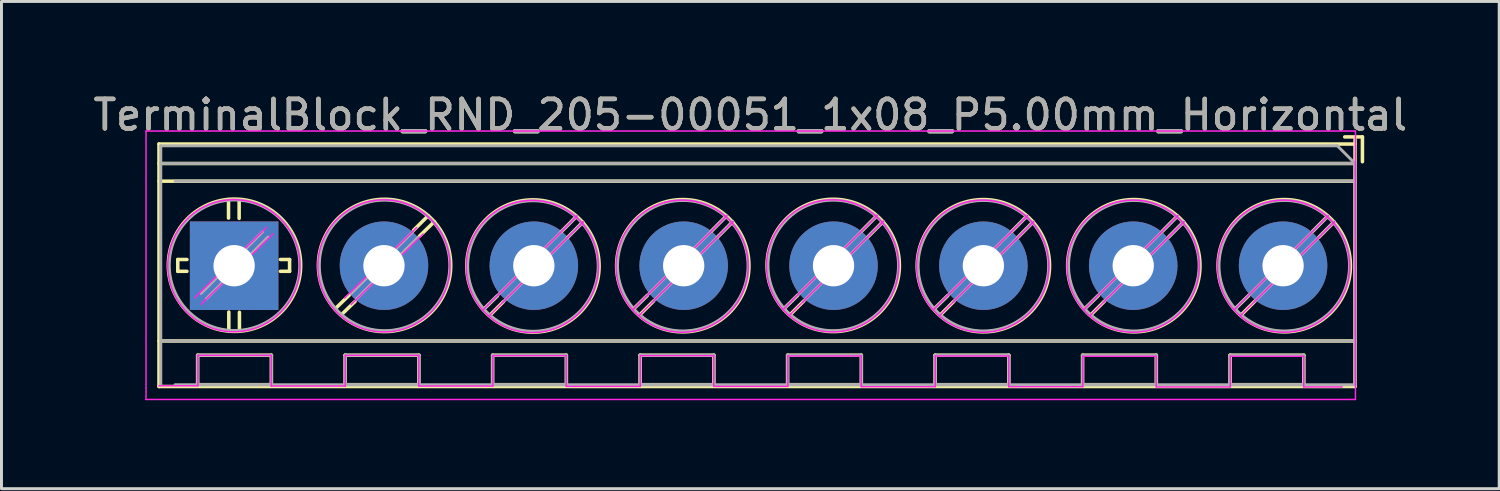
<source format=kicad_pcb>
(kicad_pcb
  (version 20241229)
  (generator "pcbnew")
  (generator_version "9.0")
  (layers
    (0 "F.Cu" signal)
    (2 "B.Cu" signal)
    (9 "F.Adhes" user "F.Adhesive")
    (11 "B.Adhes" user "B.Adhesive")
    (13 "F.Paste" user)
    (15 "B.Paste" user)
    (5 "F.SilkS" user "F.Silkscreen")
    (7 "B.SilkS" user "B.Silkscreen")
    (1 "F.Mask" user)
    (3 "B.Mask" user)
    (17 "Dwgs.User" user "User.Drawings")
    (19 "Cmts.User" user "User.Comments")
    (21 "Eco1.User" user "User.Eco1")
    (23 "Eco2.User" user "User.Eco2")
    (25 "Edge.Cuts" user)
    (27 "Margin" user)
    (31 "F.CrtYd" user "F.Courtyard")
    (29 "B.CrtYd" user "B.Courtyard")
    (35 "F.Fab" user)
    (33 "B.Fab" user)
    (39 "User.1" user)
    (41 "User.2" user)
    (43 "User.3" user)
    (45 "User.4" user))
  (footprint "TerminalBlock_RND_205-00051_1x08_P5.00mm_Horizontal"
    (layer "F.Cu")
    (at 4.887 5.958)
    (property "Reference" "TerminalBlock_RND_205-00051_1x08_P5.00mm_Horizontal" (at 17.5 -5.11 0) (layer "F.SilkS") (effects (font (size 1 1) (thickness 0.15))))
    (attr through_hole)
    (fp_line (start -2.547 4.094) (end -2.547 -4.126) (stroke (width 0.12) (type solid)) (layer "F.SilkS"))
    (fp_line (start -1.91 -0.21) (end -1.91 0.19) (stroke (width 0.12) (type solid)) (layer "F.SilkS"))
    (fp_line (start -1.91 0.19) (end -1.6 0.19) (stroke (width 0.12) (type solid)) (layer "F.SilkS"))
    (fp_line (start -1.6 -0.21) (end -1.91 -0.21) (stroke (width 0.12) (type solid)) (layer "F.SilkS"))
    (fp_line (start -1.237 4.034) (end -1.237 3.034) (stroke (width 0.12) (type solid)) (layer "F.SilkS"))
    (fp_line (start -0.19 -2.245) (end -0.19 -1.615) (stroke (width 0.12) (type solid)) (layer "F.SilkS"))
    (fp_line (start -0.18 1.57) (end -0.18 2.2) (stroke (width 0.12) (type solid)) (layer "F.SilkS"))
    (fp_line (start 0.17 -2.235) (end 0.17 -1.605) (stroke (width 0.12) (type solid)) (layer "F.SilkS"))
    (fp_line (start 0.18 1.58) (end 0.18 2.21) (stroke (width 0.12) (type solid)) (layer "F.SilkS"))
    (fp_line (start 1.263 3.034) (end -1.237 3.034) (stroke (width 0.12) (type solid)) (layer "F.SilkS"))
    (fp_line (start 1.263 4.034) (end -1.237 4.034) (stroke (width 0.12) (type solid)) (layer "F.SilkS"))
    (fp_line (start 1.263 4.034) (end 1.263 3.034) (stroke (width 0.12) (type solid)) (layer "F.SilkS"))
    (fp_line (start 1.57 -0.21) (end 1.88 -0.21) (stroke (width 0.12) (type solid)) (layer "F.SilkS"))
    (fp_line (start 1.88 -0.21) (end 1.88 0.19) (stroke (width 0.12) (type solid)) (layer "F.SilkS"))
    (fp_line (start 1.88 0.19) (end 1.57 0.19) (stroke (width 0.12) (type solid)) (layer "F.SilkS"))
    (fp_line (start 3.763 4.034) (end 3.763 3.034) (stroke (width 0.12) (type solid)) (layer "F.SilkS"))
    (fp_line (start 3.9 1) (end 3.464 1.422) (stroke (width 0.12) (type solid)) (layer "F.SilkS"))
    (fp_line (start 4.1 1.21) (end 3.634 1.663) (stroke (width 0.12) (type solid)) (layer "F.SilkS"))
    (fp_line (start 6.08 -1.2) (end 6.577 -1.694) (stroke (width 0.12) (type solid)) (layer "F.SilkS"))
    (fp_line (start 6.263 3.034) (end 3.763 3.034) (stroke (width 0.12) (type solid)) (layer "F.SilkS"))
    (fp_line (start 6.263 4.034) (end 3.763 4.034) (stroke (width 0.12) (type solid)) (layer "F.SilkS"))
    (fp_line (start 6.263 4.034) (end 6.263 3.034) (stroke (width 0.12) (type solid)) (layer "F.SilkS"))
    (fp_line (start 6.28 -1) (end 6.787 -1.494) (stroke (width 0.12) (type solid)) (layer "F.SilkS"))
    (fp_line (start 8.763 4.034) (end 8.763 3.034) (stroke (width 0.12) (type solid)) (layer "F.SilkS"))
    (fp_line (start 8.923 1.024) (end 8.494 1.442) (stroke (width 0.12) (type solid)) (layer "F.SilkS"))
    (fp_line (start 9.133 1.214) (end 8.664 1.683) (stroke (width 0.12) (type solid)) (layer "F.SilkS"))
    (fp_line (start 11.093 -1.156) (end 11.607 -1.674) (stroke (width 0.12) (type solid)) (layer "F.SilkS"))
    (fp_line (start 11.263 3.034) (end 8.763 3.034) (stroke (width 0.12) (type solid)) (layer "F.SilkS"))
    (fp_line (start 11.263 4.034) (end 8.763 4.034) (stroke (width 0.12) (type solid)) (layer "F.SilkS"))
    (fp_line (start 11.263 4.034) (end 11.263 3.034) (stroke (width 0.12) (type solid)) (layer "F.SilkS"))
    (fp_line (start 11.303 -0.956) (end 11.817 -1.474) (stroke (width 0.12) (type solid)) (layer "F.SilkS"))
    (fp_line (start 13.763 4.034) (end 13.763 3.034) (stroke (width 0.12) (type solid)) (layer "F.SilkS"))
    (fp_line (start 14.003 1.014) (end 13.574 1.432) (stroke (width 0.12) (type solid)) (layer "F.SilkS"))
    (fp_line (start 14.213 1.204) (end 13.744 1.673) (stroke (width 0.12) (type solid)) (layer "F.SilkS"))
    (fp_line (start 16.173 -1.166) (end 16.687 -1.684) (stroke (width 0.12) (type solid)) (layer "F.SilkS"))
    (fp_line (start 16.263 3.034) (end 13.763 3.034) (stroke (width 0.12) (type solid)) (layer "F.SilkS"))
    (fp_line (start 16.263 4.034) (end 13.763 4.034) (stroke (width 0.12) (type solid)) (layer "F.SilkS"))
    (fp_line (start 16.263 4.034) (end 16.263 3.034) (stroke (width 0.12) (type solid)) (layer "F.SilkS"))
    (fp_line (start 16.383 -0.966) (end 16.897 -1.484) (stroke (width 0.12) (type solid)) (layer "F.SilkS"))
    (fp_line (start 18.763 4.034) (end 18.763 3.034) (stroke (width 0.12) (type solid)) (layer "F.SilkS"))
    (fp_line (start 19.103 1.004) (end 18.674 1.422) (stroke (width 0.12) (type solid)) (layer "F.SilkS"))
    (fp_line (start 19.313 1.194) (end 18.844 1.663) (stroke (width 0.12) (type solid)) (layer "F.SilkS"))
    (fp_line (start 21.263 3.034) (end 18.763 3.034) (stroke (width 0.12) (type solid)) (layer "F.SilkS"))
    (fp_line (start 21.263 4.034) (end 18.763 4.034) (stroke (width 0.12) (type solid)) (layer "F.SilkS"))
    (fp_line (start 21.263 4.034) (end 21.263 3.034) (stroke (width 0.12) (type solid)) (layer "F.SilkS"))
    (fp_line (start 21.273 -1.176) (end 21.787 -1.694) (stroke (width 0.12) (type solid)) (layer "F.SilkS"))
    (fp_line (start 21.483 -0.976) (end 21.997 -1.494) (stroke (width 0.12) (type solid)) (layer "F.SilkS"))
    (fp_line (start 23.763 4.034) (end 23.763 3.034) (stroke (width 0.12) (type solid)) (layer "F.SilkS"))
    (fp_line (start 24.193 1.014) (end 23.764 1.432) (stroke (width 0.12) (type solid)) (layer "F.SilkS"))
    (fp_line (start 24.403 1.204) (end 23.934 1.673) (stroke (width 0.12) (type solid)) (layer "F.SilkS"))
    (fp_line (start 26.263 3.034) (end 23.763 3.034) (stroke (width 0.12) (type solid)) (layer "F.SilkS"))
    (fp_line (start 26.263 4.034) (end 23.763 4.034) (stroke (width 0.12) (type solid)) (layer "F.SilkS"))
    (fp_line (start 26.263 4.034) (end 26.263 3.034) (stroke (width 0.12) (type solid)) (layer "F.SilkS"))
    (fp_line (start 26.363 -1.166) (end 26.877 -1.684) (stroke (width 0.12) (type solid)) (layer "F.SilkS"))
    (fp_line (start 26.573 -0.966) (end 27.087 -1.484) (stroke (width 0.12) (type solid)) (layer "F.SilkS"))
    (fp_line (start 28.763 4.034) (end 28.763 3.034) (stroke (width 0.12) (type solid)) (layer "F.SilkS"))
    (fp_line (start 29.293 1.014) (end 28.864 1.432) (stroke (width 0.12) (type solid)) (layer "F.SilkS"))
    (fp_line (start 29.503 1.204) (end 29.034 1.673) (stroke (width 0.12) (type solid)) (layer "F.SilkS"))
    (fp_line (start 31.263 3.034) (end 28.763 3.034) (stroke (width 0.12) (type solid)) (layer "F.SilkS"))
    (fp_line (start 31.263 4.034) (end 28.763 4.034) (stroke (width 0.12) (type solid)) (layer "F.SilkS"))
    (fp_line (start 31.263 4.034) (end 31.263 3.034) (stroke (width 0.12) (type solid)) (layer "F.SilkS"))
    (fp_line (start 31.463 -1.166) (end 31.977 -1.684) (stroke (width 0.12) (type solid)) (layer "F.SilkS"))
    (fp_line (start 31.673 -0.966) (end 32.187 -1.484) (stroke (width 0.12) (type solid)) (layer "F.SilkS"))
    (fp_line (start 33.763 4.034) (end 33.763 3.034) (stroke (width 0.12) (type solid)) (layer "F.SilkS"))
    (fp_line (start 34.393 1.014) (end 33.964 1.432) (stroke (width 0.12) (type solid)) (layer "F.SilkS"))
    (fp_line (start 34.603 1.204) (end 34.134 1.673) (stroke (width 0.12) (type solid)) (layer "F.SilkS"))
    (fp_line (start 36.263 3.034) (end 33.763 3.034) (stroke (width 0.12) (type solid)) (layer "F.SilkS"))
    (fp_line (start 36.263 4.034) (end 33.763 4.034) (stroke (width 0.12) (type solid)) (layer "F.SilkS"))
    (fp_line (start 36.263 4.034) (end 36.263 3.034) (stroke (width 0.12) (type solid)) (layer "F.SilkS"))
    (fp_line (start 36.563 -1.166) (end 37.077 -1.684) (stroke (width 0.12) (type solid)) (layer "F.SilkS"))
    (fp_line (start 36.773 -0.966) (end 37.287 -1.484) (stroke (width 0.12) (type solid)) (layer "F.SilkS"))
    (fp_line (start 38 -4.126) (end -2.547 -4.126) (stroke (width 0.12) (type solid)) (layer "F.SilkS"))
    (fp_line (start 38 -3.466) (end -2.547 -3.466) (stroke (width 0.12) (type solid)) (layer "F.SilkS"))
    (fp_line (start 38 -2.866) (end -2.547 -2.866) (stroke (width 0.12) (type solid)) (layer "F.SilkS"))
    (fp_line (start 38 2.55) (end -2.547 2.55) (stroke (width 0.12) (type solid)) (layer "F.SilkS"))
    (fp_line (start 38 4.094) (end -2.547 4.094) (stroke (width 0.12) (type solid)) (layer "F.SilkS"))
    (fp_line (start 38 4.094) (end 38 -4.282) (stroke (width 0.12) (type solid)) (layer "F.SilkS"))
    (fp_line (start 38.25 -4.366) (end 37.65 -4.366) (stroke (width 0.12) (type solid)) (layer "F.SilkS"))
    (fp_line (start 38.25 -3.526) (end 38.25 -4.366) (stroke (width 0.12) (type solid)) (layer "F.SilkS"))
    (fp_circle (center 0.013 -0.016) (end -2.23 -0.03) (stroke (width 0.12) (type solid)) (fill no) (layer "F.SilkS"))
    (fp_circle (center 5.1 -0.01) (end 2.857 -0.024) (stroke (width 0.12) (type solid)) (fill no) (layer "F.SilkS"))
    (fp_circle (center 10.13 0.01) (end 7.887 -0.004) (stroke (width 0.12) (type solid)) (fill no) (layer "F.SilkS"))
    (fp_circle (center 15.21 0) (end 12.967 -0.014) (stroke (width 0.12) (type solid)) (fill no) (layer "F.SilkS"))
    (fp_circle (center 20.31 -0.01) (end 18.067 -0.024) (stroke (width 0.12) (type solid)) (fill no) (layer "F.SilkS"))
    (fp_circle (center 25.4 0) (end 23.157 -0.014) (stroke (width 0.12) (type solid)) (fill no) (layer "F.SilkS"))
    (fp_circle (center 30.5 0) (end 28.257 -0.014) (stroke (width 0.12) (type solid)) (fill no) (layer "F.SilkS"))
    (fp_circle (center 35.6 0) (end 33.357 -0.014) (stroke (width 0.12) (type solid)) (fill no) (layer "F.SilkS"))
    (fp_line (start -2.987 -4.566) (end -2.987 4.534) (stroke (width 0.05) (type solid)) (layer "F.CrtYd"))
    (fp_line (start -2.987 4.534) (end 38.013 4.534) (stroke (width 0.05) (type solid)) (layer "F.CrtYd"))
    (fp_line (start -1.34 1.09) (end 1.1 -1.3) (stroke (width 0.05) (type solid)) (layer "F.CrtYd"))
    (fp_line (start -1.23 3.04) (end -1.23 4.07) (stroke (width 0.05) (type solid)) (layer "F.CrtYd"))
    (fp_line (start -1.23 3.04) (end 1.26 3.04) (stroke (width 0.05) (type solid)) (layer "F.CrtYd"))
    (fp_line (start -1.23 4.07) (end -2.55 4.07) (stroke (width 0.05) (type solid)) (layer "F.CrtYd"))
    (fp_line (start -1.12 1.31) (end 1.32 -1.08) (stroke (width 0.05) (type solid)) (layer "F.CrtYd"))
    (fp_line (start 1.26 3.04) (end 1.26 4.08) (stroke (width 0.05) (type solid)) (layer "F.CrtYd"))
    (fp_line (start 1.26 4.08) (end 3.77 4.08) (stroke (width 0.05) (type solid)) (layer "F.CrtYd"))
    (fp_line (start 3.747 1.096) (end 6.187 -1.294) (stroke (width 0.05) (type solid)) (layer "F.CrtYd"))
    (fp_line (start 3.77 3.04) (end 3.77 4.08) (stroke (width 0.05) (type solid)) (layer "F.CrtYd"))
    (fp_line (start 3.77 3.04) (end 6.26 3.04) (stroke (width 0.05) (type solid)) (layer "F.CrtYd"))
    (fp_line (start 3.967 1.316) (end 6.407 -1.074) (stroke (width 0.05) (type solid)) (layer "F.CrtYd"))
    (fp_line (start 6.26 3.04) (end 6.26 4.08) (stroke (width 0.05) (type solid)) (layer "F.CrtYd"))
    (fp_line (start 6.26 4.08) (end 8.77 4.08) (stroke (width 0.05) (type solid)) (layer "F.CrtYd"))
    (fp_line (start 8.443 1.494) (end 11.623 -1.686) (stroke (width 0.05) (type solid)) (layer "F.CrtYd"))
    (fp_line (start 8.653 1.694) (end 11.833 -1.486) (stroke (width 0.05) (type solid)) (layer "F.CrtYd"))
    (fp_line (start 8.77 3.05) (end 8.77 4.08) (stroke (width 0.05) (type solid)) (layer "F.CrtYd"))
    (fp_line (start 8.77 3.05) (end 11.26 3.05) (stroke (width 0.05) (type solid)) (layer "F.CrtYd"))
    (fp_line (start 11.26 3.05) (end 11.26 4.09) (stroke (width 0.05) (type solid)) (layer "F.CrtYd"))
    (fp_line (start 11.26 4.09) (end 13.77 4.09) (stroke (width 0.05) (type solid)) (layer "F.CrtYd"))
    (fp_line (start 13.523 1.484) (end 16.703 -1.696) (stroke (width 0.05) (type solid)) (layer "F.CrtYd"))
    (fp_line (start 13.733 1.684) (end 16.913 -1.496) (stroke (width 0.05) (type solid)) (layer "F.CrtYd"))
    (fp_line (start 13.77 3.05) (end 13.77 4.09) (stroke (width 0.05) (type solid)) (layer "F.CrtYd"))
    (fp_line (start 13.77 3.05) (end 16.26 3.05) (stroke (width 0.05) (type solid)) (layer "F.CrtYd"))
    (fp_line (start 16.26 3.05) (end 16.26 4.09) (stroke (width 0.05) (type solid)) (layer "F.CrtYd"))
    (fp_line (start 16.26 4.09) (end 18.77 4.09) (stroke (width 0.05) (type solid)) (layer "F.CrtYd"))
    (fp_line (start 18.623 1.474) (end 21.803 -1.706) (stroke (width 0.05) (type solid)) (layer "F.CrtYd"))
    (fp_line (start 18.77 3.06) (end 18.77 4.09) (stroke (width 0.05) (type solid)) (layer "F.CrtYd"))
    (fp_line (start 18.77 3.06) (end 21.26 3.06) (stroke (width 0.05) (type solid)) (layer "F.CrtYd"))
    (fp_line (start 18.833 1.674) (end 22.013 -1.506) (stroke (width 0.05) (type solid)) (layer "F.CrtYd"))
    (fp_line (start 21.26 3.06) (end 21.26 4.1) (stroke (width 0.05) (type solid)) (layer "F.CrtYd"))
    (fp_line (start 21.26 4.1) (end 23.77 4.1) (stroke (width 0.05) (type solid)) (layer "F.CrtYd"))
    (fp_line (start 23.713 1.484) (end 26.893 -1.696) (stroke (width 0.05) (type solid)) (layer "F.CrtYd"))
    (fp_line (start 23.77 3.06) (end 23.77 4.1) (stroke (width 0.05) (type solid)) (layer "F.CrtYd"))
    (fp_line (start 23.77 3.06) (end 26.26 3.06) (stroke (width 0.05) (type solid)) (layer "F.CrtYd"))
    (fp_line (start 23.923 1.684) (end 27.103 -1.496) (stroke (width 0.05) (type solid)) (layer "F.CrtYd"))
    (fp_line (start 26.26 3.06) (end 26.26 4.1) (stroke (width 0.05) (type solid)) (layer "F.CrtYd"))
    (fp_line (start 26.26 4.1) (end 28.77 4.1) (stroke (width 0.05) (type solid)) (layer "F.CrtYd"))
    (fp_line (start 28.77 3.07) (end 28.77 4.1) (stroke (width 0.05) (type solid)) (layer "F.CrtYd"))
    (fp_line (start 28.77 3.07) (end 31.26 3.07) (stroke (width 0.05) (type solid)) (layer "F.CrtYd"))
    (fp_line (start 28.813 1.484) (end 31.993 -1.696) (stroke (width 0.05) (type solid)) (layer "F.CrtYd"))
    (fp_line (start 29.023 1.684) (end 32.203 -1.496) (stroke (width 0.05) (type solid)) (layer "F.CrtYd"))
    (fp_line (start 31.26 3.07) (end 31.26 4.11) (stroke (width 0.05) (type solid)) (layer "F.CrtYd"))
    (fp_line (start 31.26 4.11) (end 33.77 4.11) (stroke (width 0.05) (type solid)) (layer "F.CrtYd"))
    (fp_line (start 33.77 3.07) (end 33.77 4.11) (stroke (width 0.05) (type solid)) (layer "F.CrtYd"))
    (fp_line (start 33.77 3.07) (end 36.26 3.07) (stroke (width 0.05) (type solid)) (layer "F.CrtYd"))
    (fp_line (start 33.913 1.484) (end 37.093 -1.696) (stroke (width 0.05) (type solid)) (layer "F.CrtYd"))
    (fp_line (start 34.123 1.684) (end 37.303 -1.496) (stroke (width 0.05) (type solid)) (layer "F.CrtYd"))
    (fp_line (start 36.26 3.07) (end 36.26 4.11) (stroke (width 0.05) (type solid)) (layer "F.CrtYd"))
    (fp_line (start 36.26 4.11) (end 37.56 4.11) (stroke (width 0.05) (type solid)) (layer "F.CrtYd"))
    (fp_line (start 38.013 -4.566) (end -2.987 -4.566) (stroke (width 0.05) (type solid)) (layer "F.CrtYd"))
    (fp_line (start 38.013 4.534) (end 38.013 -4.566) (stroke (width 0.05) (type solid)) (layer "F.CrtYd"))
    (fp_circle (center -0.01 0) (end -2.25 -0.01) (stroke (width 0.05) (type solid)) (fill no) (layer "F.CrtYd"))
    (fp_circle (center 5.077 0.006) (end 2.837 -0.004) (stroke (width 0.05) (type solid)) (fill no) (layer "F.CrtYd"))
    (fp_circle (center 10.107 0.026) (end 7.867 0.016) (stroke (width 0.05) (type solid)) (fill no) (layer "F.CrtYd"))
    (fp_circle (center 15.187 0.016) (end 12.947 0.006) (stroke (width 0.05) (type solid)) (fill no) (layer "F.CrtYd"))
    (fp_circle (center 20.287 0.006) (end 18.047 -0.004) (stroke (width 0.05) (type solid)) (fill no) (layer "F.CrtYd"))
    (fp_circle (center 25.377 0.016) (end 23.137 0.006) (stroke (width 0.05) (type solid)) (fill no) (layer "F.CrtYd"))
    (fp_circle (center 30.477 0.016) (end 28.237 0.006) (stroke (width 0.05) (type solid)) (fill no) (layer "F.CrtYd"))
    (fp_circle (center 35.577 0.016) (end 33.337 0.006) (stroke (width 0.05) (type solid)) (fill no) (layer "F.CrtYd"))
    (fp_line (start -2.487 -4.066) (end 37.4 -4.066) (stroke (width 0.1) (type solid)) (layer "F.Fab"))
    (fp_line (start -2.487 4.034) (end -2.487 -4.066) (stroke (width 0.1) (type solid)) (layer "F.Fab"))
    (fp_line (start -1.237 3.034) (end -1.237 4.034) (stroke (width 0.1) (type solid)) (layer "F.Fab"))
    (fp_line (start -1.237 4.034) (end 1.263 4.034) (stroke (width 0.1) (type solid)) (layer "F.Fab"))
    (fp_line (start -1.125 0.939) (end 0.967 -1.154) (stroke (width 0.1) (type solid)) (layer "F.Fab"))
    (fp_line (start -0.942 1.122) (end 1.15 -0.971) (stroke (width 0.1) (type solid)) (layer "F.Fab"))
    (fp_line (start 1.263 3.034) (end -1.237 3.034) (stroke (width 0.1) (type solid)) (layer "F.Fab"))
    (fp_line (start 1.263 4.034) (end 1.263 3.034) (stroke (width 0.1) (type solid)) (layer "F.Fab"))
    (fp_line (start 3.763 3.034) (end 3.763 4.034) (stroke (width 0.1) (type solid)) (layer "F.Fab"))
    (fp_line (start 3.763 4.034) (end 6.263 4.034) (stroke (width 0.1) (type solid)) (layer "F.Fab"))
    (fp_line (start 3.962 0.945) (end 6.054 -1.148) (stroke (width 0.1) (type solid)) (layer "F.Fab"))
    (fp_line (start 4.145 1.128) (end 6.237 -0.965) (stroke (width 0.1) (type solid)) (layer "F.Fab"))
    (fp_line (start 6.263 3.034) (end 3.763 3.034) (stroke (width 0.1) (type solid)) (layer "F.Fab"))
    (fp_line (start 6.263 4.034) (end 6.263 3.034) (stroke (width 0.1) (type solid)) (layer "F.Fab"))
    (fp_line (start 8.443 1.494) (end 11.613 -1.676) (stroke (width 0.1) (type solid)) (layer "F.Fab"))
    (fp_line (start 8.763 3.034) (end 8.763 4.034) (stroke (width 0.1) (type solid)) (layer "F.Fab"))
    (fp_line (start 8.763 4.034) (end 11.263 4.034) (stroke (width 0.1) (type solid)) (layer "F.Fab"))
    (fp_line (start 9.113 1.234) (end 11.823 -1.476) (stroke (width 0.1) (type solid)) (layer "F.Fab"))
    (fp_line (start 11.263 3.034) (end 8.763 3.034) (stroke (width 0.1) (type solid)) (layer "F.Fab"))
    (fp_line (start 11.263 4.034) (end 11.263 3.034) (stroke (width 0.1) (type solid)) (layer "F.Fab"))
    (fp_line (start 13.523 1.484) (end 16.693 -1.686) (stroke (width 0.1) (type solid)) (layer "F.Fab"))
    (fp_line (start 13.763 3.034) (end 13.763 4.034) (stroke (width 0.1) (type solid)) (layer "F.Fab"))
    (fp_line (start 13.763 4.034) (end 16.263 4.034) (stroke (width 0.1) (type solid)) (layer "F.Fab"))
    (fp_line (start 14.193 1.224) (end 16.903 -1.486) (stroke (width 0.1) (type solid)) (layer "F.Fab"))
    (fp_line (start 16.263 3.034) (end 13.763 3.034) (stroke (width 0.1) (type solid)) (layer "F.Fab"))
    (fp_line (start 16.263 4.034) (end 16.263 3.034) (stroke (width 0.1) (type solid)) (layer "F.Fab"))
    (fp_line (start 18.623 1.474) (end 21.793 -1.696) (stroke (width 0.1) (type solid)) (layer "F.Fab"))
    (fp_line (start 18.763 3.034) (end 18.763 4.034) (stroke (width 0.1) (type solid)) (layer "F.Fab"))
    (fp_line (start 18.763 4.034) (end 21.263 4.034) (stroke (width 0.1) (type solid)) (layer "F.Fab"))
    (fp_line (start 19.293 1.214) (end 22.003 -1.496) (stroke (width 0.1) (type solid)) (layer "F.Fab"))
    (fp_line (start 21.263 3.034) (end 18.763 3.034) (stroke (width 0.1) (type solid)) (layer "F.Fab"))
    (fp_line (start 21.263 4.034) (end 21.263 3.034) (stroke (width 0.1) (type solid)) (layer "F.Fab"))
    (fp_line (start 23.713 1.484) (end 26.883 -1.686) (stroke (width 0.1) (type solid)) (layer "F.Fab"))
    (fp_line (start 23.763 3.034) (end 23.763 4.034) (stroke (width 0.1) (type solid)) (layer "F.Fab"))
    (fp_line (start 23.763 4.034) (end 26.263 4.034) (stroke (width 0.1) (type solid)) (layer "F.Fab"))
    (fp_line (start 24.383 1.224) (end 27.093 -1.486) (stroke (width 0.1) (type solid)) (layer "F.Fab"))
    (fp_line (start 26.263 3.034) (end 23.763 3.034) (stroke (width 0.1) (type solid)) (layer "F.Fab"))
    (fp_line (start 26.263 4.034) (end 26.263 3.034) (stroke (width 0.1) (type solid)) (layer "F.Fab"))
    (fp_line (start 28.763 3.034) (end 28.763 4.034) (stroke (width 0.1) (type solid)) (layer "F.Fab"))
    (fp_line (start 28.763 4.034) (end 31.263 4.034) (stroke (width 0.1) (type solid)) (layer "F.Fab"))
    (fp_line (start 28.813 1.484) (end 31.983 -1.686) (stroke (width 0.1) (type solid)) (layer "F.Fab"))
    (fp_line (start 29.483 1.224) (end 32.193 -1.486) (stroke (width 0.1) (type solid)) (layer "F.Fab"))
    (fp_line (start 31.263 3.034) (end 28.763 3.034) (stroke (width 0.1) (type solid)) (layer "F.Fab"))
    (fp_line (start 31.263 4.034) (end 31.263 3.034) (stroke (width 0.1) (type solid)) (layer "F.Fab"))
    (fp_line (start 33.763 3.034) (end 33.763 4.034) (stroke (width 0.1) (type solid)) (layer "F.Fab"))
    (fp_line (start 33.763 4.034) (end 36.263 4.034) (stroke (width 0.1) (type solid)) (layer "F.Fab"))
    (fp_line (start 33.913 1.484) (end 37.083 -1.686) (stroke (width 0.1) (type solid)) (layer "F.Fab"))
    (fp_line (start 34.583 1.224) (end 37.293 -1.486) (stroke (width 0.1) (type solid)) (layer "F.Fab"))
    (fp_line (start 36.263 3.034) (end 33.763 3.034) (stroke (width 0.1) (type solid)) (layer "F.Fab"))
    (fp_line (start 36.263 4.034) (end 36.263 3.034) (stroke (width 0.1) (type solid)) (layer "F.Fab"))
    (fp_line (start 37.4 -4.066) (end 38 -3.466) (stroke (width 0.1) (type solid)) (layer "F.Fab"))
    (fp_line (start 38 -3.466) (end -2.487 -3.466) (stroke (width 0.1) (type solid)) (layer "F.Fab"))
    (fp_line (start 38 -3.466) (end 38 4.034) (stroke (width 0.1) (type solid)) (layer "F.Fab"))
    (fp_line (start 38 -2.866) (end -2 -2.866) (stroke (width 0.1) (type solid)) (layer "F.Fab"))
    (fp_line (start 38 2.55) (end -2.45 2.55) (stroke (width 0.1) (type solid)) (layer "F.Fab"))
    (fp_line (start 38 4.034) (end -2 4.034) (stroke (width 0.1) (type solid)) (layer "F.Fab"))
    (fp_circle (center 0.013 -0.016) (end -2.2 0) (stroke (width 0.1) (type solid)) (fill no) (layer "F.Fab"))
    (fp_circle (center 5.1 -0.01) (end 2.887 0.006) (stroke (width 0.1) (type solid)) (fill no) (layer "F.Fab"))
    (fp_circle (center 10.13 0.01) (end 7.917 0.026) (stroke (width 0.1) (type solid)) (fill no) (layer "F.Fab"))
    (fp_circle (center 15.21 0) (end 12.997 0.016) (stroke (width 0.1) (type solid)) (fill no) (layer "F.Fab"))
    (fp_circle (center 20.31 -0.01) (end 18.097 0.006) (stroke (width 0.1) (type solid)) (fill no) (layer "F.Fab"))
    (fp_circle (center 25.4 0) (end 23.187 0.016) (stroke (width 0.1) (type solid)) (fill no) (layer "F.Fab"))
    (fp_circle (center 30.5 0) (end 28.287 0.016) (stroke (width 0.1) (type solid)) (fill no) (layer "F.Fab"))
    (fp_circle (center 35.6 0) (end 33.387 0.016) (stroke (width 0.1) (type solid)) (fill no) (layer "F.Fab"))
    (fp_text user "${REFERENCE}" (at 17.5 -5.11 0) (layer "F.Fab") (effects (font (size 1 1) (thickness 0.15))))
    (pad "1" thru_hole rect (at 0 0) (size 3 3) (drill 1.4) (layers "*.Cu" "*.Mask"))
    (pad "2" thru_hole circle (at 5.08 0) (size 3 3) (drill 1.4) (layers "*.Cu" "*.Mask"))
    (pad "3" thru_hole circle (at 10.16 0) (size 3 3) (drill 1.4) (layers "*.Cu" "*.Mask"))
    (pad "4" thru_hole circle (at 15.24 0) (size 3 3) (drill 1.4) (layers "*.Cu" "*.Mask"))
    (pad "5" thru_hole circle (at 20.32 0) (size 3 3) (drill 1.4) (layers "*.Cu" "*.Mask"))
    (pad "6" thru_hole circle (at 25.4 0) (size 3 3) (drill 1.4) (layers "*.Cu" "*.Mask"))
    (pad "7" thru_hole circle (at 30.48 0) (size 3 3) (drill 1.4) (layers "*.Cu" "*.Mask"))
    (pad "8" thru_hole circle (at 35.56 0) (size 3 3) (drill 1.4) (layers "*.Cu" "*.Mask")))
  (gr_rect
    (start -3 -3)
    (end 47.774 13.517)
    (stroke (width 0.1) (type default))
    (fill no)
    (layer "Edge.Cuts")))
</source>
